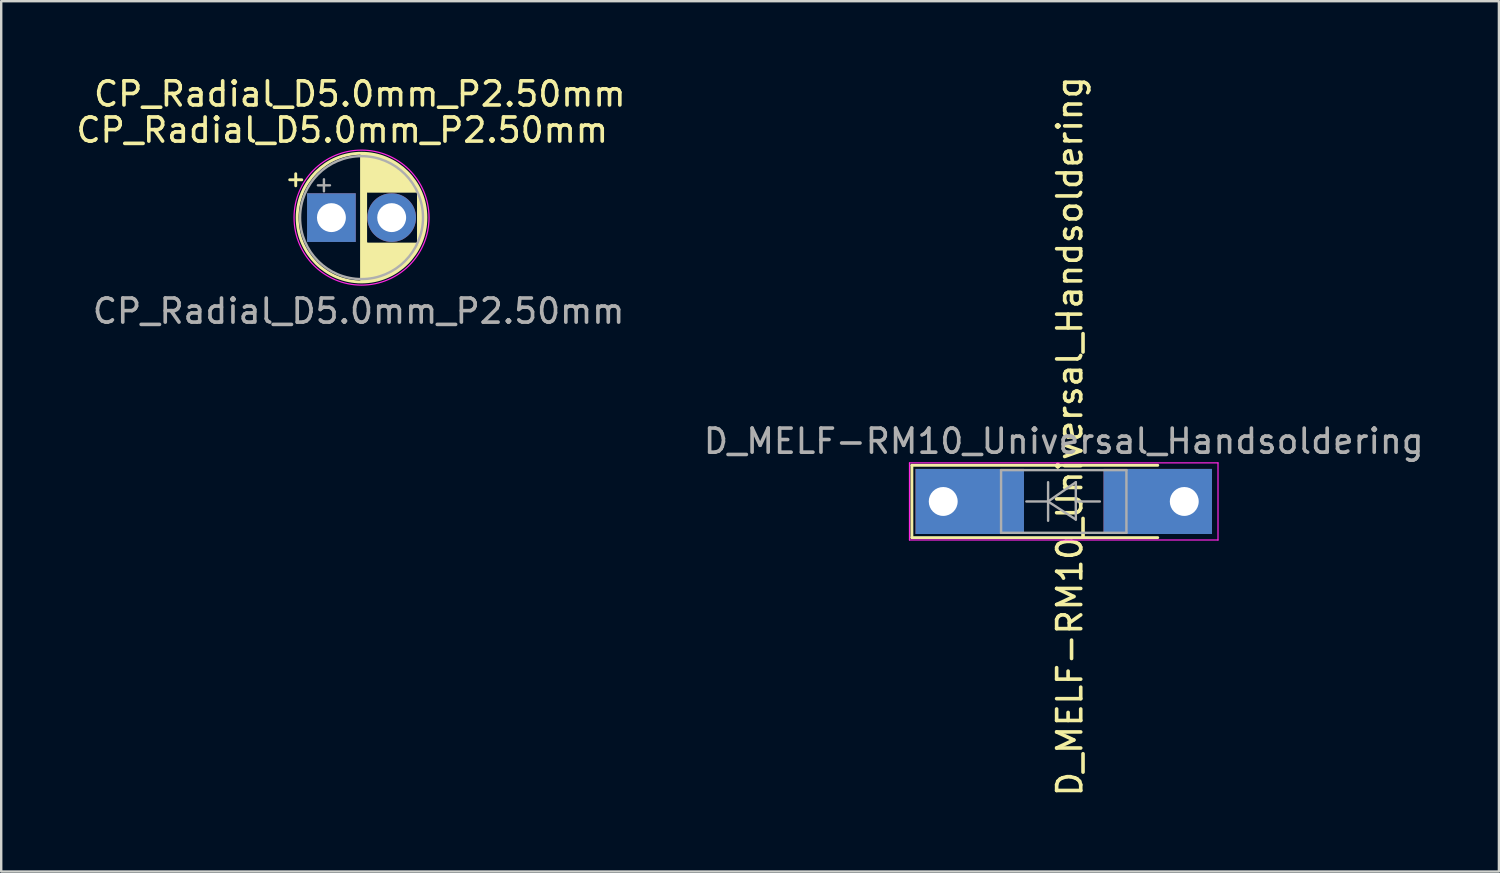
<source format=kicad_pcb>
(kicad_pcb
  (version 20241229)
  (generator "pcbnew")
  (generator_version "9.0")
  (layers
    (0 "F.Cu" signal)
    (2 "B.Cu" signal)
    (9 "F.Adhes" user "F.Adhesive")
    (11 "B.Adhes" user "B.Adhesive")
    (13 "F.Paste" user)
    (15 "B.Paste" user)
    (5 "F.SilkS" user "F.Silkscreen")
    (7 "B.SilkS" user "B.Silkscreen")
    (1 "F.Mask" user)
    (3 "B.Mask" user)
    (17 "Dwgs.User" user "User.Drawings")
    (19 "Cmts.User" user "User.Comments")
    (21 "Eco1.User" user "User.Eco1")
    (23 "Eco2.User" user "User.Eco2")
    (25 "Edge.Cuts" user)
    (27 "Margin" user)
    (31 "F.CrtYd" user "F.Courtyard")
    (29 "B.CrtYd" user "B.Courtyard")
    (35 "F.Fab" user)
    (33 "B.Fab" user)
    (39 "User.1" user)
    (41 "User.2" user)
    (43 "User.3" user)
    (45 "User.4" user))
  (footprint "CP_Radial_D5.0mm_P2.50mm"
    (layer "F.Cu")
    (at 10.699 5.978)
    (property "Reference" "CP_Radial_D5.0mm_P2.50mm" (at 1.18 -5.13 0) (layer "F.SilkS") (effects (font (size 1 1) (thickness 0.15))))
    (property "Value" "CP_Radial_D5.0mm_P2.50mm" (at 0.02 5.38 0) (layer "F.Fab") (hide yes) (effects (font (size 1 1) (thickness 0.15))))
    (attr through_hole)
    (fp_line (start -1.73 -1.57) (end -1.23 -1.57) (stroke (width 0.12) (type solid)) (layer "F.SilkS"))
    (fp_line (start -1.48 -1.82) (end -1.48 -1.32) (stroke (width 0.12) (type solid)) (layer "F.SilkS"))
    (fp_line (start 1.25 -2.58) (end 1.25 2.58) (stroke (width 0.12) (type solid)) (layer "F.SilkS"))
    (fp_line (start 1.29 -2.58) (end 1.29 2.58) (stroke (width 0.12) (type solid)) (layer "F.SilkS"))
    (fp_line (start 1.33 -2.579) (end 1.33 2.579) (stroke (width 0.12) (type solid)) (layer "F.SilkS"))
    (fp_line (start 1.37 -2.578) (end 1.37 2.578) (stroke (width 0.12) (type solid)) (layer "F.SilkS"))
    (fp_line (start 1.42 -2.576) (end 1.42 2.576) (stroke (width 0.12) (type solid)) (layer "F.SilkS"))
    (fp_line (start 1.49 -2.569) (end 1.49 -1.1) (stroke (width 0.12) (type solid)) (layer "F.SilkS"))
    (fp_line (start 1.49 1.1) (end 1.45 2.573) (stroke (width 0.12) (type solid)) (layer "F.SilkS"))
    (fp_line (start 1.49 1.1) (end 1.49 2.569) (stroke (width 0.12) (type solid)) (layer "F.SilkS"))
    (fp_line (start 1.53 -2.565) (end 1.53 -1.1) (stroke (width 0.12) (type solid)) (layer "F.SilkS"))
    (fp_line (start 1.53 1.1) (end 1.53 2.565) (stroke (width 0.12) (type solid)) (layer "F.SilkS"))
    (fp_line (start 1.57 -2.561) (end 1.57 -1.1) (stroke (width 0.12) (type solid)) (layer "F.SilkS"))
    (fp_line (start 1.57 1.1) (end 1.57 2.561) (stroke (width 0.12) (type solid)) (layer "F.SilkS"))
    (fp_line (start 1.61 -2.556) (end 1.61 -1.1) (stroke (width 0.12) (type solid)) (layer "F.SilkS"))
    (fp_line (start 1.61 1.1) (end 1.61 2.556) (stroke (width 0.12) (type solid)) (layer "F.SilkS"))
    (fp_line (start 1.65 -2.55) (end 1.65 -1.1) (stroke (width 0.12) (type solid)) (layer "F.SilkS"))
    (fp_line (start 1.65 1.1) (end 1.65 2.55) (stroke (width 0.12) (type solid)) (layer "F.SilkS"))
    (fp_line (start 1.69 -2.543) (end 1.69 -1.1) (stroke (width 0.12) (type solid)) (layer "F.SilkS"))
    (fp_line (start 1.69 1.1) (end 1.69 2.543) (stroke (width 0.12) (type solid)) (layer "F.SilkS"))
    (fp_line (start 1.73 -2.536) (end 1.73 -1.1) (stroke (width 0.12) (type solid)) (layer "F.SilkS"))
    (fp_line (start 1.73 1.1) (end 1.73 2.536) (stroke (width 0.12) (type solid)) (layer "F.SilkS"))
    (fp_line (start 1.77 -2.528) (end 1.77 -1.1) (stroke (width 0.12) (type solid)) (layer "F.SilkS"))
    (fp_line (start 1.77 1.1) (end 1.77 2.528) (stroke (width 0.12) (type solid)) (layer "F.SilkS"))
    (fp_line (start 1.81 -2.52) (end 1.81 -1.1) (stroke (width 0.12) (type solid)) (layer "F.SilkS"))
    (fp_line (start 1.81 1.1) (end 1.81 2.52) (stroke (width 0.12) (type solid)) (layer "F.SilkS"))
    (fp_line (start 1.85 -2.511) (end 1.85 -1.1) (stroke (width 0.12) (type solid)) (layer "F.SilkS"))
    (fp_line (start 1.85 1.1) (end 1.85 2.511) (stroke (width 0.12) (type solid)) (layer "F.SilkS"))
    (fp_line (start 1.89 -2.501) (end 1.89 -1.1) (stroke (width 0.12) (type solid)) (layer "F.SilkS"))
    (fp_line (start 1.89 1.1) (end 1.89 2.501) (stroke (width 0.12) (type solid)) (layer "F.SilkS"))
    (fp_line (start 1.93 -2.491) (end 1.93 -1.1) (stroke (width 0.12) (type solid)) (layer "F.SilkS"))
    (fp_line (start 1.93 1.1) (end 1.93 2.491) (stroke (width 0.12) (type solid)) (layer "F.SilkS"))
    (fp_line (start 1.971 -2.48) (end 1.971 -1.1) (stroke (width 0.12) (type solid)) (layer "F.SilkS"))
    (fp_line (start 1.971 1.1) (end 1.971 2.48) (stroke (width 0.12) (type solid)) (layer "F.SilkS"))
    (fp_line (start 2.011 -2.468) (end 2.011 -1.1) (stroke (width 0.12) (type solid)) (layer "F.SilkS"))
    (fp_line (start 2.011 1.1) (end 2.011 2.468) (stroke (width 0.12) (type solid)) (layer "F.SilkS"))
    (fp_line (start 2.051 -2.455) (end 2.051 -1.1) (stroke (width 0.12) (type solid)) (layer "F.SilkS"))
    (fp_line (start 2.051 1.1) (end 2.051 2.455) (stroke (width 0.12) (type solid)) (layer "F.SilkS"))
    (fp_line (start 2.091 -2.442) (end 2.091 -1.1) (stroke (width 0.12) (type solid)) (layer "F.SilkS"))
    (fp_line (start 2.091 1.1) (end 2.091 2.442) (stroke (width 0.12) (type solid)) (layer "F.SilkS"))
    (fp_line (start 2.131 -2.428) (end 2.131 -1.1) (stroke (width 0.12) (type solid)) (layer "F.SilkS"))
    (fp_line (start 2.131 1.1) (end 2.131 2.428) (stroke (width 0.12) (type solid)) (layer "F.SilkS"))
    (fp_line (start 2.171 -2.414) (end 2.171 -1.1) (stroke (width 0.12) (type solid)) (layer "F.SilkS"))
    (fp_line (start 2.171 1.1) (end 2.171 2.414) (stroke (width 0.12) (type solid)) (layer "F.SilkS"))
    (fp_line (start 2.211 -2.398) (end 2.211 -1.1) (stroke (width 0.12) (type solid)) (layer "F.SilkS"))
    (fp_line (start 2.211 1.1) (end 2.211 2.398) (stroke (width 0.12) (type solid)) (layer "F.SilkS"))
    (fp_line (start 2.251 -2.382) (end 2.251 -1.1) (stroke (width 0.12) (type solid)) (layer "F.SilkS"))
    (fp_line (start 2.251 1.1) (end 2.251 2.382) (stroke (width 0.12) (type solid)) (layer "F.SilkS"))
    (fp_line (start 2.291 -2.365) (end 2.291 -1.1) (stroke (width 0.12) (type solid)) (layer "F.SilkS"))
    (fp_line (start 2.291 1.1) (end 2.291 2.365) (stroke (width 0.12) (type solid)) (layer "F.SilkS"))
    (fp_line (start 2.331 -2.348) (end 2.331 -1.1) (stroke (width 0.12) (type solid)) (layer "F.SilkS"))
    (fp_line (start 2.331 1.1) (end 2.331 2.348) (stroke (width 0.12) (type solid)) (layer "F.SilkS"))
    (fp_line (start 2.371 -2.329) (end 2.371 -1.1) (stroke (width 0.12) (type solid)) (layer "F.SilkS"))
    (fp_line (start 2.371 1.1) (end 2.371 2.329) (stroke (width 0.12) (type solid)) (layer "F.SilkS"))
    (fp_line (start 2.411 -2.31) (end 2.411 -1.1) (stroke (width 0.12) (type solid)) (layer "F.SilkS"))
    (fp_line (start 2.411 1.1) (end 2.411 2.31) (stroke (width 0.12) (type solid)) (layer "F.SilkS"))
    (fp_line (start 2.451 -2.29) (end 2.451 -1.1) (stroke (width 0.12) (type solid)) (layer "F.SilkS"))
    (fp_line (start 2.451 1.1) (end 2.451 2.29) (stroke (width 0.12) (type solid)) (layer "F.SilkS"))
    (fp_line (start 2.491 -2.268) (end 2.491 -1.1) (stroke (width 0.12) (type solid)) (layer "F.SilkS"))
    (fp_line (start 2.491 1.1) (end 2.491 2.268) (stroke (width 0.12) (type solid)) (layer "F.SilkS"))
    (fp_line (start 2.531 -2.247) (end 2.531 -1.1) (stroke (width 0.12) (type solid)) (layer "F.SilkS"))
    (fp_line (start 2.531 1.1) (end 2.531 2.247) (stroke (width 0.12) (type solid)) (layer "F.SilkS"))
    (fp_line (start 2.571 -2.224) (end 2.571 -1.1) (stroke (width 0.12) (type solid)) (layer "F.SilkS"))
    (fp_line (start 2.571 1.1) (end 2.571 2.224) (stroke (width 0.12) (type solid)) (layer "F.SilkS"))
    (fp_line (start 2.611 -2.2) (end 2.611 -1.1) (stroke (width 0.12) (type solid)) (layer "F.SilkS"))
    (fp_line (start 2.611 1.1) (end 2.611 2.2) (stroke (width 0.12) (type solid)) (layer "F.SilkS"))
    (fp_line (start 2.651 -2.175) (end 2.651 -1.1) (stroke (width 0.12) (type solid)) (layer "F.SilkS"))
    (fp_line (start 2.651 1.1) (end 2.651 2.175) (stroke (width 0.12) (type solid)) (layer "F.SilkS"))
    (fp_line (start 2.691 -2.149) (end 2.691 -1.1) (stroke (width 0.12) (type solid)) (layer "F.SilkS"))
    (fp_line (start 2.691 1.1) (end 2.691 2.149) (stroke (width 0.12) (type solid)) (layer "F.SilkS"))
    (fp_line (start 2.731 -2.122) (end 2.731 -1.1) (stroke (width 0.12) (type solid)) (layer "F.SilkS"))
    (fp_line (start 2.731 1.1) (end 2.731 2.122) (stroke (width 0.12) (type solid)) (layer "F.SilkS"))
    (fp_line (start 2.771 -2.095) (end 2.771 -1.1) (stroke (width 0.12) (type solid)) (layer "F.SilkS"))
    (fp_line (start 2.771 1.1) (end 2.771 2.095) (stroke (width 0.12) (type solid)) (layer "F.SilkS"))
    (fp_line (start 2.811 -2.065) (end 2.811 -1.1) (stroke (width 0.12) (type solid)) (layer "F.SilkS"))
    (fp_line (start 2.811 1.1) (end 2.811 2.065) (stroke (width 0.12) (type solid)) (layer "F.SilkS"))
    (fp_line (start 2.851 -2.035) (end 2.851 -1.1) (stroke (width 0.12) (type solid)) (layer "F.SilkS"))
    (fp_line (start 2.851 1.1) (end 2.851 2.035) (stroke (width 0.12) (type solid)) (layer "F.SilkS"))
    (fp_line (start 2.891 -2.004) (end 2.891 -1.1) (stroke (width 0.12) (type solid)) (layer "F.SilkS"))
    (fp_line (start 2.891 1.1) (end 2.891 2.004) (stroke (width 0.12) (type solid)) (layer "F.SilkS"))
    (fp_line (start 2.931 -1.971) (end 2.931 -1.1) (stroke (width 0.12) (type solid)) (layer "F.SilkS"))
    (fp_line (start 2.931 1.1) (end 2.931 1.971) (stroke (width 0.12) (type solid)) (layer "F.SilkS"))
    (fp_line (start 2.971 -1.937) (end 2.971 -1.1) (stroke (width 0.12) (type solid)) (layer "F.SilkS"))
    (fp_line (start 2.971 1.1) (end 2.971 1.937) (stroke (width 0.12) (type solid)) (layer "F.SilkS"))
    (fp_line (start 3.011 -1.901) (end 3.011 -1.1) (stroke (width 0.12) (type solid)) (layer "F.SilkS"))
    (fp_line (start 3.011 1.1) (end 3.011 1.901) (stroke (width 0.12) (type solid)) (layer "F.SilkS"))
    (fp_line (start 3.051 -1.864) (end 3.051 -1.1) (stroke (width 0.12) (type solid)) (layer "F.SilkS"))
    (fp_line (start 3.051 1.1) (end 3.051 1.864) (stroke (width 0.12) (type solid)) (layer "F.SilkS"))
    (fp_line (start 3.091 -1.826) (end 3.091 -1.1) (stroke (width 0.12) (type solid)) (layer "F.SilkS"))
    (fp_line (start 3.091 1.1) (end 3.091 1.826) (stroke (width 0.12) (type solid)) (layer "F.SilkS"))
    (fp_line (start 3.131 -1.785) (end 3.131 -1.1) (stroke (width 0.12) (type solid)) (layer "F.SilkS"))
    (fp_line (start 3.131 1.1) (end 3.131 1.785) (stroke (width 0.12) (type solid)) (layer "F.SilkS"))
    (fp_line (start 3.171 -1.743) (end 3.171 -1.1) (stroke (width 0.12) (type solid)) (layer "F.SilkS"))
    (fp_line (start 3.171 1.1) (end 3.171 1.743) (stroke (width 0.12) (type solid)) (layer "F.SilkS"))
    (fp_line (start 3.211 -1.699) (end 3.211 -1.1) (stroke (width 0.12) (type solid)) (layer "F.SilkS"))
    (fp_line (start 3.211 1.1) (end 3.211 1.699) (stroke (width 0.12) (type solid)) (layer "F.SilkS"))
    (fp_line (start 3.251 -1.653) (end 3.251 -1.1) (stroke (width 0.12) (type solid)) (layer "F.SilkS"))
    (fp_line (start 3.251 1.1) (end 3.251 1.653) (stroke (width 0.12) (type solid)) (layer "F.SilkS"))
    (fp_line (start 3.291 -1.605) (end 3.291 -1.1) (stroke (width 0.12) (type solid)) (layer "F.SilkS"))
    (fp_line (start 3.291 1.1) (end 3.291 1.605) (stroke (width 0.12) (type solid)) (layer "F.SilkS"))
    (fp_line (start 3.331 -1.554) (end 3.331 -1.1) (stroke (width 0.12) (type solid)) (layer "F.SilkS"))
    (fp_line (start 3.331 1.1) (end 3.331 1.554) (stroke (width 0.12) (type solid)) (layer "F.SilkS"))
    (fp_line (start 3.371 -1.5) (end 3.371 -1.1) (stroke (width 0.12) (type solid)) (layer "F.SilkS"))
    (fp_line (start 3.371 1.1) (end 3.371 1.5) (stroke (width 0.12) (type solid)) (layer "F.SilkS"))
    (fp_line (start 3.411 -1.443) (end 3.411 -1.1) (stroke (width 0.12) (type solid)) (layer "F.SilkS"))
    (fp_line (start 3.411 1.1) (end 3.411 1.443) (stroke (width 0.12) (type solid)) (layer "F.SilkS"))
    (fp_line (start 3.451 -1.383) (end 3.451 -1.1) (stroke (width 0.12) (type solid)) (layer "F.SilkS"))
    (fp_line (start 3.451 1.1) (end 3.451 1.383) (stroke (width 0.12) (type solid)) (layer "F.SilkS"))
    (fp_line (start 3.491 -1.319) (end 3.491 -1.1) (stroke (width 0.12) (type solid)) (layer "F.SilkS"))
    (fp_line (start 3.491 1.1) (end 3.491 1.319) (stroke (width 0.12) (type solid)) (layer "F.SilkS"))
    (fp_line (start 3.531 -1.251) (end 3.531 -1.1) (stroke (width 0.12) (type solid)) (layer "F.SilkS"))
    (fp_line (start 3.531 1.1) (end 3.531 1.251) (stroke (width 0.12) (type solid)) (layer "F.SilkS"))
    (fp_line (start 3.611 -1.098) (end 3.611 1.098) (stroke (width 0.12) (type solid)) (layer "F.SilkS"))
    (fp_line (start 3.651 -1.011) (end 3.651 1.011) (stroke (width 0.12) (type solid)) (layer "F.SilkS"))
    (fp_line (start 3.691 -0.915) (end 3.691 0.915) (stroke (width 0.12) (type solid)) (layer "F.SilkS"))
    (fp_line (start 3.731 -0.805) (end 3.731 0.805) (stroke (width 0.12) (type solid)) (layer "F.SilkS"))
    (fp_line (start 3.771 -0.677) (end 3.771 0.677) (stroke (width 0.12) (type solid)) (layer "F.SilkS"))
    (fp_line (start 3.811 -0.518) (end 3.811 0.518) (stroke (width 0.12) (type solid)) (layer "F.SilkS"))
    (fp_line (start 3.851 -0.284) (end 3.851 0.284) (stroke (width 0.12) (type solid)) (layer "F.SilkS"))
    (fp_circle (center 1.25 0) (end 3.92 0) (stroke (width 0.12) (type solid)) (fill no) (layer "F.SilkS"))
    (fp_circle (center 1.25 0) (end 4.05 0) (stroke (width 0.05) (type solid)) (fill no) (layer "F.CrtYd"))
    (fp_line (start -0.56 -1.34) (end -0.06 -1.34) (stroke (width 0.1) (type solid)) (layer "F.Fab"))
    (fp_line (start -0.31 -1.59) (end -0.31 -1.09) (stroke (width 0.1) (type solid)) (layer "F.Fab"))
    (fp_circle (center 1.25 0) (end 3.8 0) (stroke (width 0.1) (type solid)) (fill no) (layer "F.Fab"))
    (fp_text user "${VALUE}" (at 0.45 -3.63 0) (layer "F.SilkS") (effects (font (size 1 1) (thickness 0.15))))
    (fp_text user "${REFERENCE}" (at 1.13 3.88 0) (layer "F.Fab") (effects (font (size 1 1) (thickness 0.15))))
    (pad "1" thru_hole rect (at 0 0) (size 2.02 2.02) (drill 1.199) (layers "*.Cu" "*.Mask"))
    (pad "2" thru_hole circle (at 2.5 0) (size 2.02 2.02) (drill 1.199) (layers "*.Cu" "*.Mask")))
  (footprint "D_MELF-RM10_Universal_Handsoldering"
    (layer "F.Cu")
    (at 41.081 17.754)
    (property "Reference" "D_MELF-RM10_Universal_Handsoldering" (at 0.25 -2.7 270) (layer "F.SilkS") (effects (font (size 1 1) (thickness 0.15))))
    (attr through_hole)
    (fp_line (start -6.3 -1.5) (end -6.3 1.5) (stroke (width 0.12) (type solid)) (layer "F.SilkS"))
    (fp_line (start -6.3 1.5) (end 3.9 1.5) (stroke (width 0.12) (type solid)) (layer "F.SilkS"))
    (fp_line (start 3.9 -1.5) (end -6.3 -1.5) (stroke (width 0.12) (type solid)) (layer "F.SilkS"))
    (fp_line (start -6.4 -1.6) (end 6.4 -1.6) (stroke (width 0.05) (type solid)) (layer "F.CrtYd"))
    (fp_line (start -6.4 1.6) (end -6.4 -1.6) (stroke (width 0.05) (type solid)) (layer "F.CrtYd"))
    (fp_line (start 6.4 -1.6) (end 6.4 1.6) (stroke (width 0.05) (type solid)) (layer "F.CrtYd"))
    (fp_line (start 6.4 1.6) (end -6.4 1.6) (stroke (width 0.05) (type solid)) (layer "F.CrtYd"))
    (fp_line (start -2.6 -1.3) (end -2.6 1.3) (stroke (width 0.1) (type solid)) (layer "F.Fab"))
    (fp_line (start -2.6 1.3) (end 2.6 1.3) (stroke (width 0.1) (type solid)) (layer "F.Fab"))
    (fp_line (start -0.649 -0.799) (end -0.649 0.801) (stroke (width 0.1) (type solid)) (layer "F.Fab"))
    (fp_line (start -0.649 0.001) (end -1.551 0.001) (stroke (width 0.1) (type solid)) (layer "F.Fab"))
    (fp_line (start -0.649 0.001) (end 0.501 -0.799) (stroke (width 0.1) (type solid)) (layer "F.Fab"))
    (fp_line (start -0.649 0.001) (end 0.501 0.75) (stroke (width 0.1) (type solid)) (layer "F.Fab"))
    (fp_line (start 0.501 0.001) (end 1.499 0.001) (stroke (width 0.1) (type solid)) (layer "F.Fab"))
    (fp_line (start 0.501 0.75) (end 0.501 -0.799) (stroke (width 0.1) (type solid)) (layer "F.Fab"))
    (fp_line (start 2.6 -1.3) (end -2.6 -1.3) (stroke (width 0.1) (type solid)) (layer "F.Fab"))
    (fp_line (start 2.6 1.3) (end 2.6 -1.3) (stroke (width 0.1) (type solid)) (layer "F.Fab"))
    (fp_text user "${REFERENCE}" (at 0 -2.5 180) (layer "F.Fab") (effects (font (size 1 1) (thickness 0.15))))
    (pad "1" thru_hole rect (at -5 0) (size 4.5 2.7) (drill 1.199 (offset 1.1 0)) (layers "*.Cu" "*.Mask"))
    (pad "2" thru_hole rect (at 5 0 180) (size 4.5 2.7) (drill 1.199 (offset 1.1 0)) (layers "*.Cu" "*.Mask")))
  (gr_rect
    (start -3 -3)
    (end 59.135 33.107)
    (stroke (width 0.1) (type default))
    (fill no)
    (layer "Edge.Cuts")))
</source>
